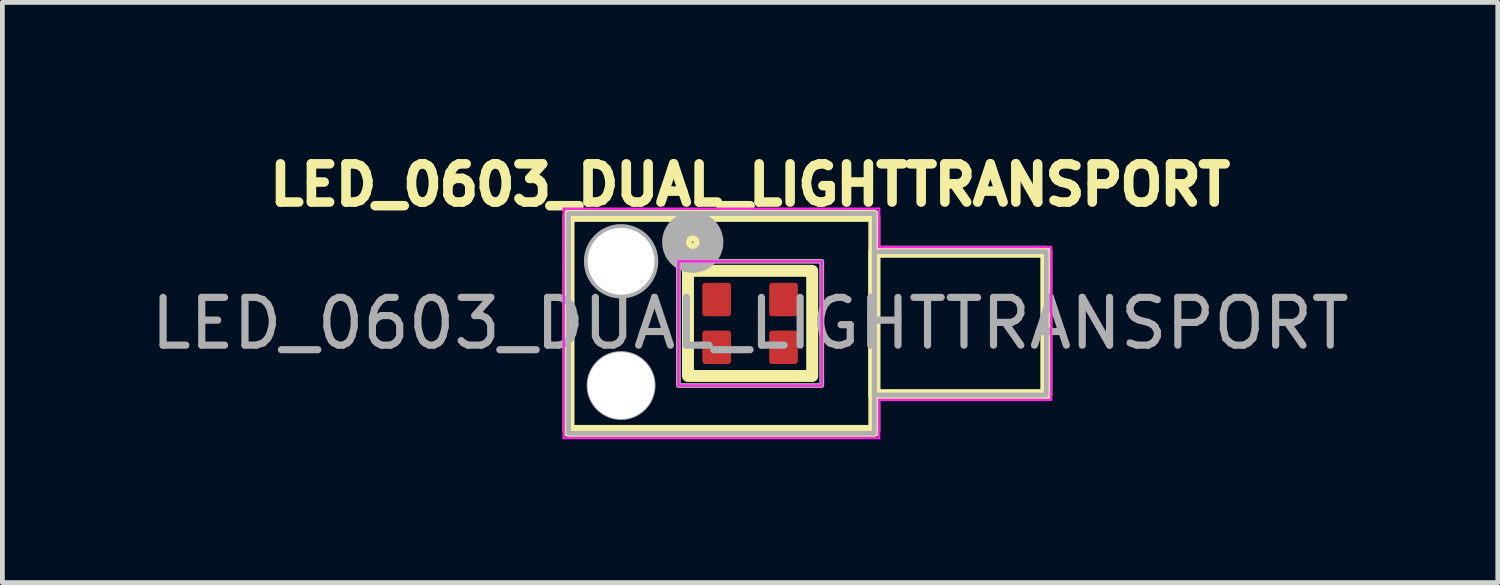
<source format=kicad_pcb>
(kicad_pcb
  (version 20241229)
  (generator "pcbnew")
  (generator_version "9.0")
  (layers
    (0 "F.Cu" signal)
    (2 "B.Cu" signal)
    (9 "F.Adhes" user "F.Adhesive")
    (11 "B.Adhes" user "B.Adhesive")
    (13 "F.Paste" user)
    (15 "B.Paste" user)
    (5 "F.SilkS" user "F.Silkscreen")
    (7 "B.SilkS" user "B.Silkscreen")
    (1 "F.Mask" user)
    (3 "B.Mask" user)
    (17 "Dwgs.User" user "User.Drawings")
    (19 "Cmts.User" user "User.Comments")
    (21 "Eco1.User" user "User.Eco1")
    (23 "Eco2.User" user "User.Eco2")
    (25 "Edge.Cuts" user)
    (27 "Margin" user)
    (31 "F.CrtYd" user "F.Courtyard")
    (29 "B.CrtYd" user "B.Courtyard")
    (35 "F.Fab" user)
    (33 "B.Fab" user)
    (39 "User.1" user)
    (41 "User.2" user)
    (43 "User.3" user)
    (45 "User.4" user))
  (footprint "LED_0603_DUAL_LIGHTTRANSPORT"
    (layer "F.Cu")
    (at 12.649 3.719)
    (property "Reference" "LED_0603_DUAL_LIGHTTRANSPORT" (at 0 -2.9 0) (unlocked yes) (layer "F.SilkS") (effects (font (size 0.8 0.8) (thickness 0.2) (bold yes))))
    (attr smd)
    (fp_rect (start -3.8 -2.25) (end 2.6 2.25) (stroke (width 0.25) (type default)) (fill no) (layer "F.SilkS"))
    (fp_rect (start -1.3 -1.1) (end 1.3 1.1) (stroke (width 0.25) (type default)) (fill no) (layer "F.SilkS"))
    (fp_rect (start 2.6 -1.5) (end 6.2 1.5) (stroke (width 0.25) (type default)) (fill no) (layer "F.SilkS"))
    (fp_circle (center -1.2 -1.7) (end -1.059 -1.7) (stroke (width 0.255) (type default)) (fill no) (layer "F.SilkS"))
    (fp_line (start -3.9 -2.4) (end 2.7 -2.4) (stroke (width 0.05) (type default)) (layer "F.CrtYd"))
    (fp_line (start -3.9 2.4) (end -3.9 -2.4) (stroke (width 0.05) (type default)) (layer "F.CrtYd"))
    (fp_line (start 2.7 -2.4) (end 2.7 -1.6) (stroke (width 0.05) (type default)) (layer "F.CrtYd"))
    (fp_line (start 2.7 -1.6) (end 6.3 -1.6) (stroke (width 0.05) (type default)) (layer "F.CrtYd"))
    (fp_line (start 2.7 1.6) (end 2.7 2.4) (stroke (width 0.05) (type default)) (layer "F.CrtYd"))
    (fp_line (start 2.7 2.4) (end -3.9 2.4) (stroke (width 0.05) (type default)) (layer "F.CrtYd"))
    (fp_line (start 6.3 -1.6) (end 6.3 1.6) (stroke (width 0.05) (type default)) (layer "F.CrtYd"))
    (fp_line (start 6.3 1.6) (end 2.7 1.6) (stroke (width 0.05) (type default)) (layer "F.CrtYd"))
    (fp_rect (start -1.5 -1.3) (end 1.5 1.3) (stroke (width 0.05) (type default)) (fill no) (layer "F.CrtYd"))
    (fp_rect (start -3.8 -2.3) (end 2.6 2.3) (stroke (width 0.1) (type default)) (fill no) (layer "F.Fab"))
    (fp_rect (start -1.5 -1.3) (end 1.5 1.3) (stroke (width 0.1) (type default)) (fill no) (layer "F.Fab"))
    (fp_rect (start 2.6 -1.5) (end 6.2 1.5) (stroke (width 0.1) (type default)) (fill no) (layer "F.Fab"))
    (fp_circle (center -2.7 -1.3) (end -3.4 -1.5) (stroke (width 0.1) (type default)) (fill no) (layer "F.Fab"))
    (fp_circle (center -2.7 1.3) (end -3.3 1) (stroke (width 0.1) (type default)) (fill no) (layer "F.Fab"))
    (fp_circle (center -1.2 -1.7) (end -1.059 -1.7) (stroke (width 0.5) (type default)) (fill no) (layer "F.Fab"))
    (fp_text user "${REFERENCE}" (at 0 0 0) (unlocked yes) (layer "F.Fab") (effects (font (size 1 1) (thickness 0.15))))
    (pad "" np_thru_hole circle (at -2.7 -1.3) (size 1.4 1.4) (drill 1.4) (layers "*.Cu" "*.Mask"))
    (pad "" np_thru_hole circle (at -2.7 1.3) (size 1.4 1.4) (drill 1.4) (layers "*.Cu" "*.Mask"))
    (pad "1" smd roundrect (at -0.7 -0.5) (size 0.6 0.7) (layers "F.Cu" "F.Mask" "F.Paste") (roundrect_rratio 0.1))
    (pad "2" smd roundrect (at 0.7 -0.5) (size 0.6 0.7) (layers "F.Cu" "F.Mask" "F.Paste") (roundrect_rratio 0.1))
    (pad "3" smd roundrect (at -0.7 0.5) (size 0.6 0.7) (layers "F.Cu" "F.Mask" "F.Paste") (roundrect_rratio 0.1))
    (pad "4" smd roundrect (at 0.7 0.5) (size 0.6 0.7) (layers "F.Cu" "F.Mask" "F.Paste") (roundrect_rratio 0.1)))
  (gr_rect
    (start -3 -3)
    (end 28.298 9.144)
    (stroke (width 0.1) (type default))
    (fill no)
    (layer "Edge.Cuts")))
</source>
